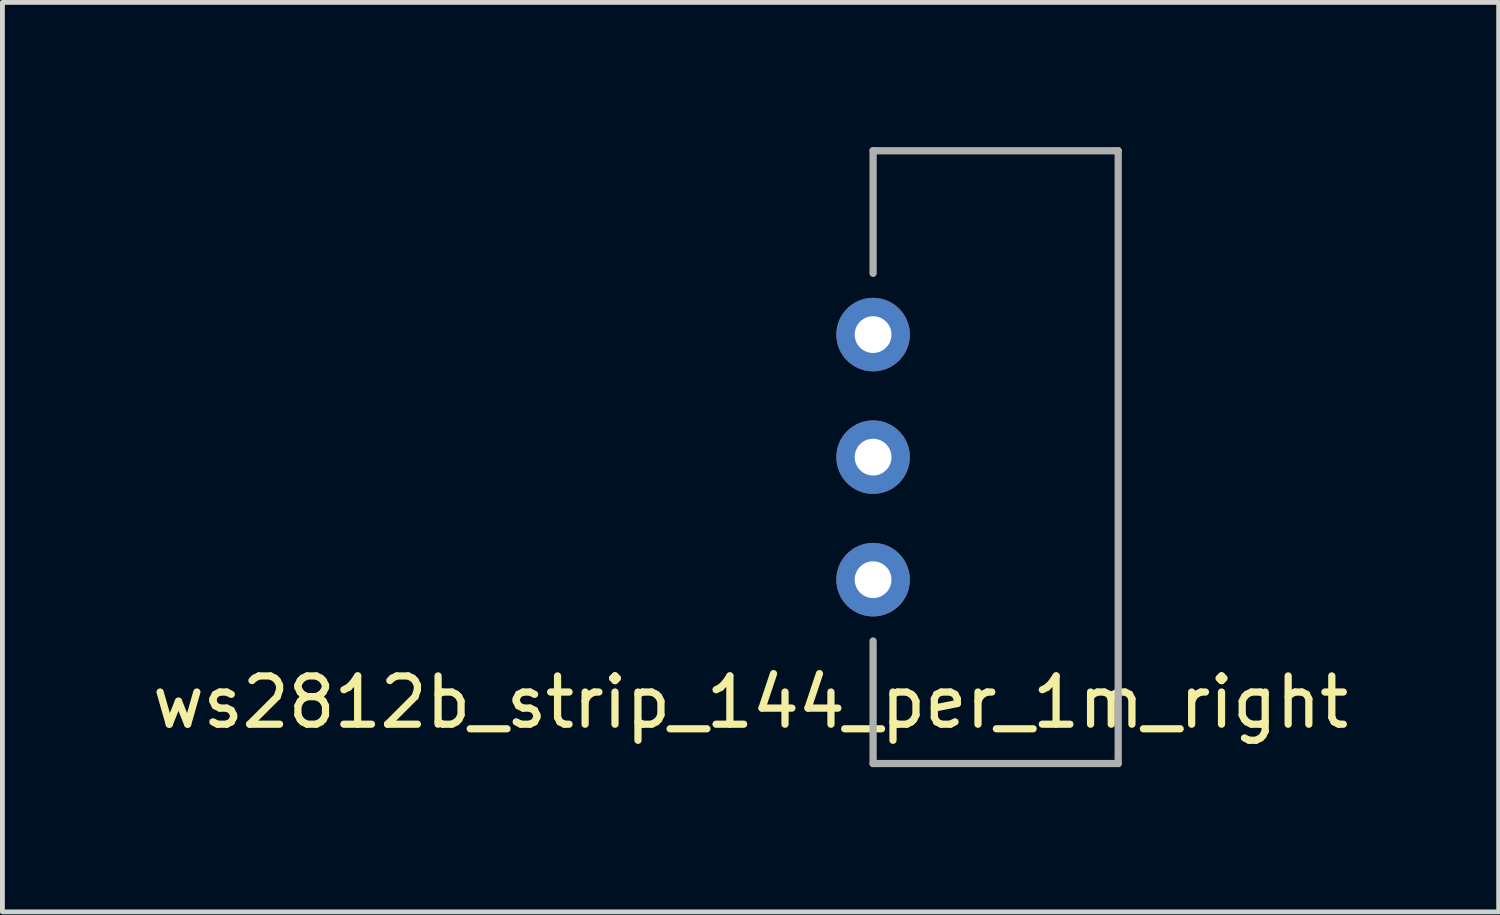
<source format=kicad_pcb>
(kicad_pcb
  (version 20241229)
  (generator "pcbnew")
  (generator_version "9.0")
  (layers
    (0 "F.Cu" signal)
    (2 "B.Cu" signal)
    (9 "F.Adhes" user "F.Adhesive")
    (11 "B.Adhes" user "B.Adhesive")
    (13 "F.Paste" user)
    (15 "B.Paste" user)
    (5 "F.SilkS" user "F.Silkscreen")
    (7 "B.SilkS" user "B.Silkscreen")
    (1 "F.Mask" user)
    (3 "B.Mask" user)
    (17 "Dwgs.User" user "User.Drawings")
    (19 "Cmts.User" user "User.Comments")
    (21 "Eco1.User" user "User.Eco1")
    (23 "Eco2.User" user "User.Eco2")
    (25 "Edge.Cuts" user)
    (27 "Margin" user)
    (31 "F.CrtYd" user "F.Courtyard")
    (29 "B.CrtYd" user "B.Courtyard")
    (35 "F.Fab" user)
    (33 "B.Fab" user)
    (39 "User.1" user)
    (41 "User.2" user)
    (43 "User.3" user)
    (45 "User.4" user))
  (footprint "ws2812b_strip_144_per_1m_right"
    (layer "F.Cu")
    (at 15.046 6.425)
    (property "Reference" "ws2812b_strip_144_per_1m_right" (at -2.54 5.08 0) (layer "F.SilkS") (effects (font (size 1 1) (thickness 0.15))))
    (attr through_hole)
    (fp_line (start 0 -6.35) (end 0 -3.81) (stroke (width 0.15) (type solid)) (layer "F.Fab"))
    (fp_line (start 0 -6.35) (end 5.08 -6.35) (stroke (width 0.15) (type solid)) (layer "F.Fab"))
    (fp_line (start 0 6.35) (end 0 3.81) (stroke (width 0.15) (type solid)) (layer "F.Fab"))
    (fp_line (start 5.08 -6.35) (end 5.08 6.35) (stroke (width 0.15) (type solid)) (layer "F.Fab"))
    (fp_line (start 5.08 6.35) (end 0 6.35) (stroke (width 0.15) (type solid)) (layer "F.Fab"))
    (pad "1" thru_hole circle (at 0 -2.54) (size 1.524 1.524) (drill 0.762) (layers "*.Cu" "*.Mask"))
    (pad "2" thru_hole circle (at 0 0) (size 1.524 1.524) (drill 0.762) (layers "*.Cu" "*.Mask"))
    (pad "3" thru_hole circle (at 0 2.54) (size 1.524 1.524) (drill 0.762) (layers "*.Cu" "*.Mask")))
  (gr_rect
    (start -3 -3)
    (end 28.012 15.85)
    (stroke (width 0.1) (type default))
    (fill no)
    (layer "Edge.Cuts")))
</source>
